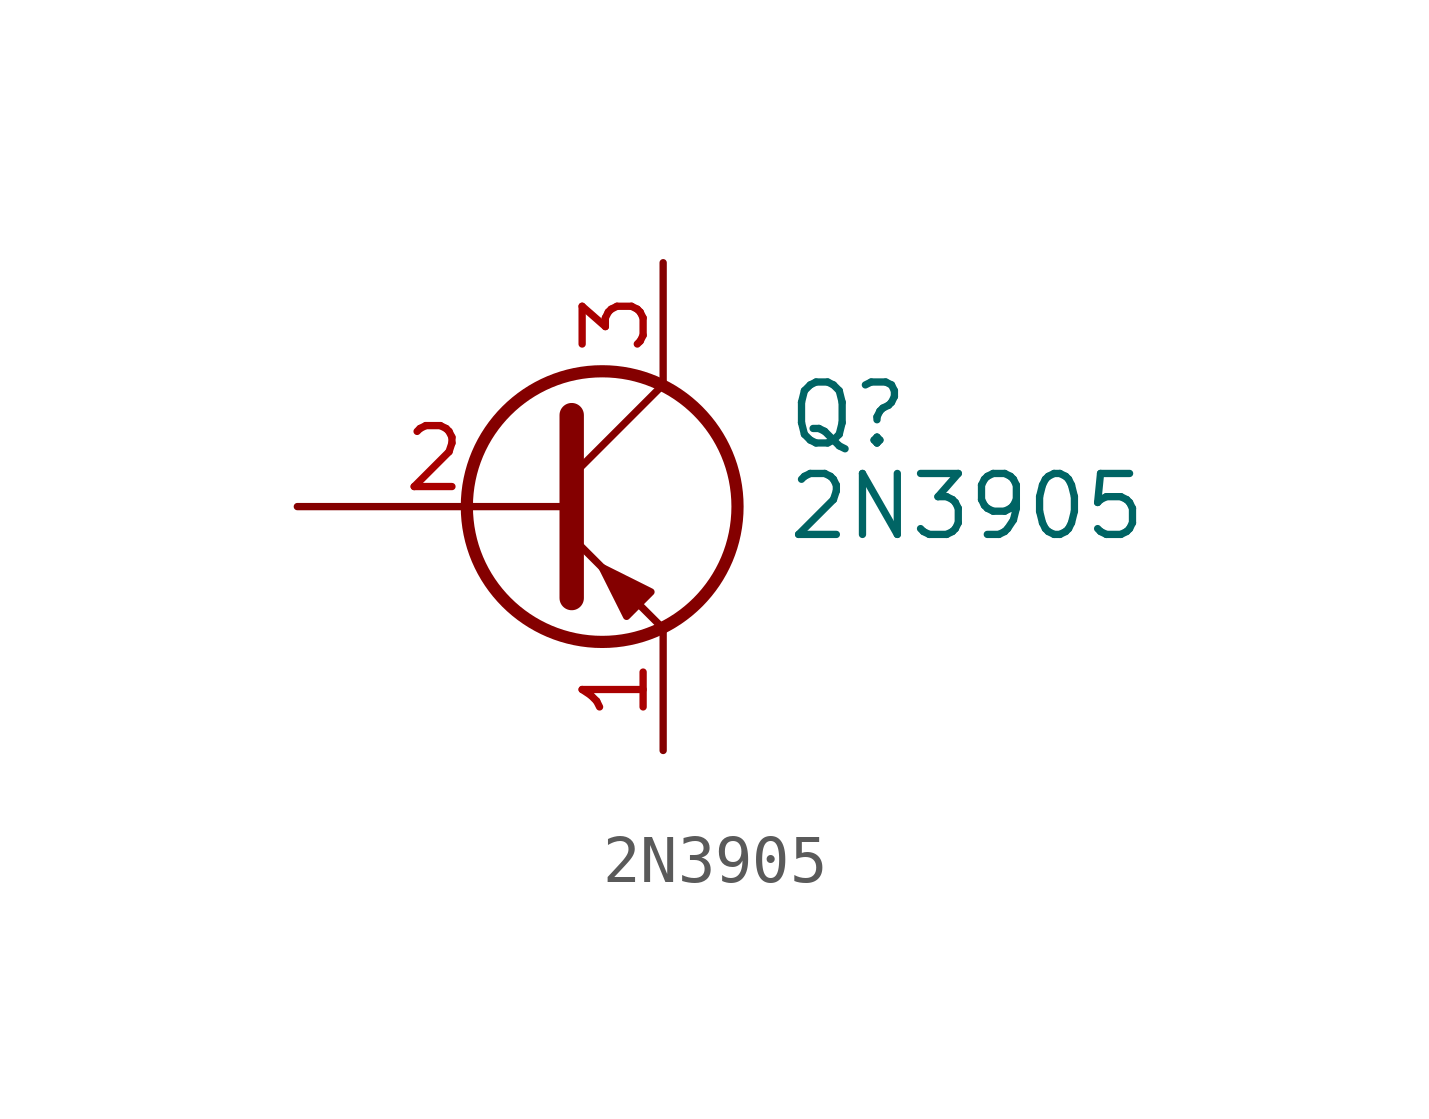
<source format=kicad_sym>
(kicad_symbol_lib
  (version 20211014)
  (generator kicad_symbol_editor)
  (symbol "2N3905"
    (pin_names
      (offset 0) hide)
    (property "Reference" "Q"
      (at 5.08 1.905 0)
      (effects (font (size 1.27 1.27)) (justify left)))
    (property "Value" "2N3905"
      (at 5.08 0 0)
      (effects (font (size 1.27 1.27)) (justify left)))
    (symbol "2N3905_0_1"
      (polyline (pts (xy 0.635 0.635) (xy 2.54 2.54)) (stroke (width 0) (type default) (color 0 0 0 0)) (fill (type none)))
      (polyline (pts (xy 0.635 -0.635) (xy 2.54 -2.54) (xy 2.54 -2.54)) (stroke (width 0) (type default) (color 0 0 0 0)) (fill (type none)))
      (polyline (pts (xy 0.635 1.905) (xy 0.635 -1.905) (xy 0.635 -1.905)) (stroke (width 0.508) (type default) (color 0 0 0 0)) (fill (type none)))
      (polyline (pts (xy 2.286 -1.778) (xy 1.778 -2.286) (xy 1.27 -1.27) (xy 2.286 -1.778) (xy 2.286 -1.778)) (stroke (width 0) (type default) (color 0 0 0 0)) (fill (type outline)))
      (circle (center 1.27 0) (radius 2.819) (stroke (width 0.254) (type default) (color 0 0 0 0)) (fill (type none))))
    (symbol "2N3905_1_1"
      (pin passive line (at 2.54 -5.08 90) (length 2.54) (name "E" (effects (font (size 1.27 1.27)))) (number "1" (effects (font (size 1.27 1.27)))))
      (pin input line (at -5.08 0 0) (length 5.715) (name "B" (effects (font (size 1.27 1.27)))) (number "2" (effects (font (size 1.27 1.27)))))
      (pin passive line (at 2.54 5.08 270) (length 2.54) (name "C" (effects (font (size 1.27 1.27)))) (number "3" (effects (font (size 1.27 1.27))))))))
</source>
